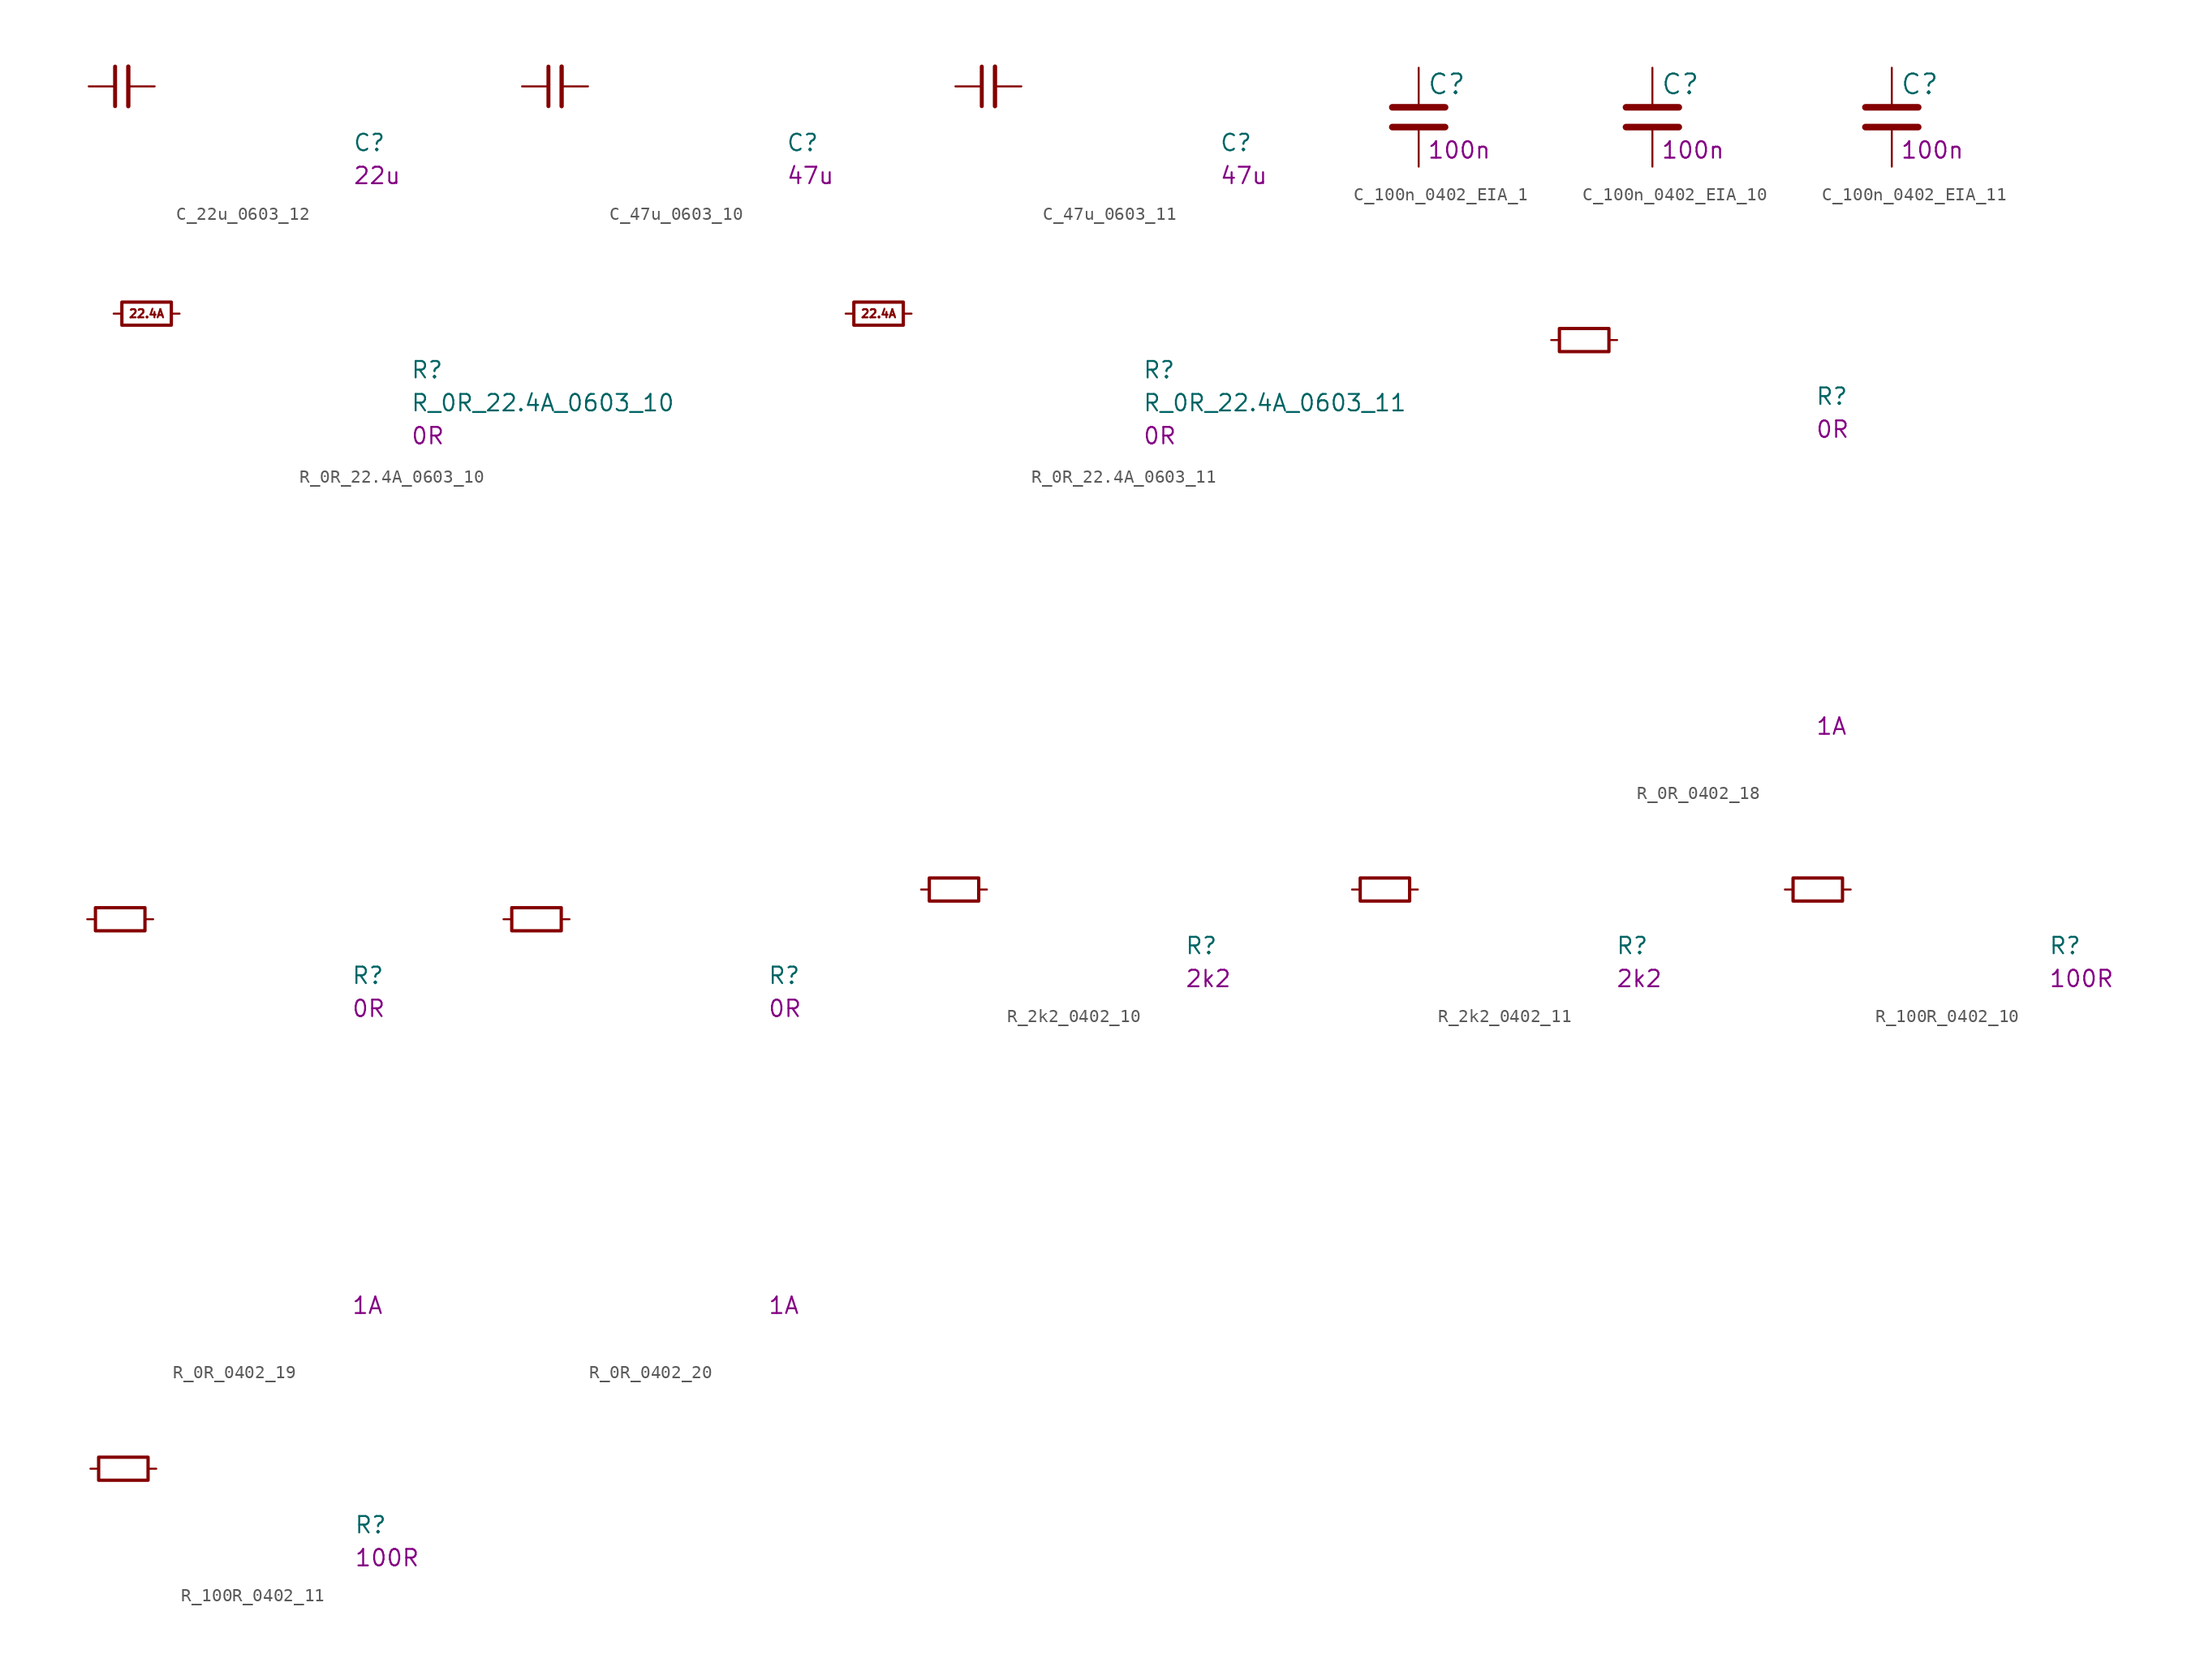
<source format=kicad_sym>
(kicad_symbol_lib
  (version 20211014)
  (generator kicad_symbol_editor)
  (symbol "K410T-devboard:C_22u_0603_12"
    (pin_numbers hide)
    (pin_names hide)
    (property "Reference" "C"
      (at 20.32 -5.08 0)
      (effects (font (size 1.27 1.27) (thickness 0.15)) (justify left bottom)))
    (property "Val" "22u"
      (at 20.32 -7.62 0)
      (effects (font (size 1.27 1.27) (thickness 0.15)) (justify left bottom)))
    (symbol "C_22u_0603_12_0_1"
      (polyline (pts (xy 2.032 -1.524) (xy 2.032 1.524)) (stroke (width 0.305) (type default)) (fill (type none)))
      (polyline (pts (xy 3.048 -1.524) (xy 3.048 1.524)) (stroke (width 0.33) (type default)) (fill (type none))))
    (symbol "C_22u_0603_12_1_1"
      (pin passive line (at 0 0 0) (length 2.032) (name "~" (effects (font (size 1.27 1.27)))) (number "1" (effects (font (size 1.27 1.27)))))
      (pin passive line (at 5.08 0 180) (length 2.032) (name "~" (effects (font (size 1.27 1.27)))) (number "2" (effects (font (size 1.27 1.27)))))))
  (symbol "K410T-devboard:C_47u_0603_10"
    (pin_numbers hide)
    (pin_names hide)
    (property "Reference" "C"
      (at 20.32 -5.08 0)
      (effects (font (size 1.27 1.27) (thickness 0.15)) (justify left bottom)))
    (property "Val" "47u"
      (at 20.32 -7.62 0)
      (effects (font (size 1.27 1.27) (thickness 0.15)) (justify left bottom)))
    (symbol "C_47u_0603_10_0_1"
      (polyline (pts (xy 2.032 -1.524) (xy 2.032 1.524)) (stroke (width 0.305) (type default)) (fill (type none)))
      (polyline (pts (xy 3.048 -1.524) (xy 3.048 1.524)) (stroke (width 0.33) (type default)) (fill (type none))))
    (symbol "C_47u_0603_10_1_1"
      (pin passive line (at 0 0 0) (length 2.032) (name "~" (effects (font (size 1.27 1.27)))) (number "1" (effects (font (size 1.27 1.27)))))
      (pin passive line (at 5.08 0 180) (length 2.032) (name "~" (effects (font (size 1.27 1.27)))) (number "2" (effects (font (size 1.27 1.27)))))))
  (symbol "K410T-devboard:C_47u_0603_11"
    (pin_numbers hide)
    (pin_names hide)
    (property "Reference" "C"
      (at 20.32 -5.08 0)
      (effects (font (size 1.27 1.27) (thickness 0.15)) (justify left bottom)))
    (property "Val" "47u"
      (at 20.32 -7.62 0)
      (effects (font (size 1.27 1.27) (thickness 0.15)) (justify left bottom)))
    (symbol "C_47u_0603_11_0_1"
      (polyline (pts (xy 2.032 -1.524) (xy 2.032 1.524)) (stroke (width 0.305) (type default)) (fill (type none)))
      (polyline (pts (xy 3.048 -1.524) (xy 3.048 1.524)) (stroke (width 0.33) (type default)) (fill (type none))))
    (symbol "C_47u_0603_11_1_1"
      (pin passive line (at 0 0 0) (length 2.032) (name "~" (effects (font (size 1.27 1.27)))) (number "1" (effects (font (size 1.27 1.27)))))
      (pin passive line (at 5.08 0 180) (length 2.032) (name "~" (effects (font (size 1.27 1.27)))) (number "2" (effects (font (size 1.27 1.27)))))))
  (symbol "K410T-devboard:C_100n_0402_EIA_1"
    (pin_names
      (offset 0))
    (property "Reference" "C"
      (at 0.635 2.54 0)
      (effects (font (size 1.524 1.524)) (justify left)))
    (property "Val" "100n"
      (at 0.635 -2.54 0)
      (effects (font (size 1.27 1.27)) (justify left)))
    (symbol "C_100n_0402_EIA_1_1_1"
      (polyline (pts (xy -2.032 -0.762) (xy 2.032 -0.762)) (stroke (width 0.508) (type default)) (fill (type none)))
      (polyline (pts (xy -2.032 0.762) (xy 2.032 0.762)) (stroke (width 0.508) (type default)) (fill (type none)))
      (pin passive line (at 0 3.81 270) (length 2.794) (name "~" (effects (font (size 0 0)))) (number "1" (effects (font (size 0 0)))))
      (pin passive line (at 0 -3.81 90) (length 2.794) (name "~" (effects (font (size 0 0)))) (number "2" (effects (font (size 0 0)))))))
  (symbol "K410T-devboard:C_100n_0402_EIA_10"
    (pin_names
      (offset 0))
    (property "Reference" "C"
      (at 0.635 2.54 0)
      (effects (font (size 1.524 1.524)) (justify left)))
    (property "Val" "100n"
      (at 0.635 -2.54 0)
      (effects (font (size 1.27 1.27)) (justify left)))
    (symbol "C_100n_0402_EIA_10_1_1"
      (polyline (pts (xy -2.032 -0.762) (xy 2.032 -0.762)) (stroke (width 0.508) (type default)) (fill (type none)))
      (polyline (pts (xy -2.032 0.762) (xy 2.032 0.762)) (stroke (width 0.508) (type default)) (fill (type none)))
      (pin passive line (at 0 3.81 270) (length 2.794) (name "~" (effects (font (size 0 0)))) (number "1" (effects (font (size 0 0)))))
      (pin passive line (at 0 -3.81 90) (length 2.794) (name "~" (effects (font (size 0 0)))) (number "2" (effects (font (size 0 0)))))))
  (symbol "K410T-devboard:C_100n_0402_EIA_11"
    (pin_names
      (offset 0))
    (property "Reference" "C"
      (at 0.635 2.54 0)
      (effects (font (size 1.524 1.524)) (justify left)))
    (property "Val" "100n"
      (at 0.635 -2.54 0)
      (effects (font (size 1.27 1.27)) (justify left)))
    (symbol "C_100n_0402_EIA_11_1_1"
      (polyline (pts (xy -2.032 -0.762) (xy 2.032 -0.762)) (stroke (width 0.508) (type default)) (fill (type none)))
      (polyline (pts (xy -2.032 0.762) (xy 2.032 0.762)) (stroke (width 0.508) (type default)) (fill (type none)))
      (pin passive line (at 0 3.81 270) (length 2.794) (name "~" (effects (font (size 0 0)))) (number "1" (effects (font (size 0 0)))))
      (pin passive line (at 0 -3.81 90) (length 2.794) (name "~" (effects (font (size 0 0)))) (number "2" (effects (font (size 0 0)))))))
  (symbol "K410T-devboard:R_0R_22.4A_0603_10"
    (pin_numbers hide)
    (pin_names hide)
    (property "Reference" "R"
      (at 22.86 -5.08 0)
      (effects (font (size 1.27 1.27) (thickness 0.15)) (justify left bottom)))
    (property "Value" "R_0R_22.4A_0603_10"
      (at 22.86 -7.62 0)
      (effects (font (size 1.27 1.27) (thickness 0.15)) (justify left bottom)))
    (property "Val" "0R"
      (at 22.86 -10.16 0)
      (effects (font (size 1.27 1.27) (thickness 0.15)) (justify left bottom)))
    (symbol "R_0R_22.4A_0603_10_0_1"
      (rectangle (start 0.635 0.889) (end 4.445 -0.889) (stroke (width 0.254) (type default)) (fill (type none))))
    (symbol "R_0R_22.4A_0603_10_1_1"
      (text "22.4A" (at 2.54 0 0) (effects (font (size 0.635 0.635) (thickness 0.15))))
      (pin passive line (at 0 0 0) (length 0.635) (name "~" (effects (font (size 1.27 1.27)))) (number "1" (effects (font (size 1.27 1.27)))))
      (pin passive line (at 5.08 0 180) (length 0.635) (name "~" (effects (font (size 1.27 1.27)))) (number "2" (effects (font (size 1.27 1.27)))))))
  (symbol "K410T-devboard:R_0R_22.4A_0603_11"
    (pin_numbers hide)
    (pin_names hide)
    (property "Reference" "R"
      (at 22.86 -5.08 0)
      (effects (font (size 1.27 1.27) (thickness 0.15)) (justify left bottom)))
    (property "Value" "R_0R_22.4A_0603_11"
      (at 22.86 -7.62 0)
      (effects (font (size 1.27 1.27) (thickness 0.15)) (justify left bottom)))
    (property "Val" "0R"
      (at 22.86 -10.16 0)
      (effects (font (size 1.27 1.27) (thickness 0.15)) (justify left bottom)))
    (symbol "R_0R_22.4A_0603_11_0_1"
      (rectangle (start 0.635 0.889) (end 4.445 -0.889) (stroke (width 0.254) (type default)) (fill (type none))))
    (symbol "R_0R_22.4A_0603_11_1_1"
      (text "22.4A" (at 2.54 0 0) (effects (font (size 0.635 0.635) (thickness 0.15))))
      (pin passive line (at 0 0 0) (length 0.635) (name "~" (effects (font (size 1.27 1.27)))) (number "1" (effects (font (size 1.27 1.27)))))
      (pin passive line (at 5.08 0 180) (length 0.635) (name "~" (effects (font (size 1.27 1.27)))) (number "2" (effects (font (size 1.27 1.27)))))))
  (symbol "K410T-devboard:R_0R_0402_18"
    (pin_numbers hide)
    (pin_names hide)
    (property "Reference" "R"
      (at 20.32 -5.08 0)
      (effects (font (size 1.27 1.27) (thickness 0.15)) (justify left bottom)))
    (property "Val" "0R"
      (at 20.32 -7.62 0)
      (effects (font (size 1.27 1.27) (thickness 0.15)) (justify left bottom)))
    (property "Current" "1A"
      (at 20.32 -30.48 0)
      (effects (font (size 1.27 1.27) (thickness 0.15)) (justify left bottom)))
    (symbol "R_0R_0402_18_0_1"
      (rectangle (start 0.635 0.889) (end 4.445 -0.889) (stroke (width 0.254) (type default)) (fill (type none))))
    (symbol "R_0R_0402_18_1_1"
      (pin passive line (at 0 0 0) (length 0.635) (name "~" (effects (font (size 1.27 1.27)))) (number "1" (effects (font (size 1.27 1.27)))))
      (pin passive line (at 5.08 0 180) (length 0.635) (name "~" (effects (font (size 1.27 1.27)))) (number "2" (effects (font (size 1.27 1.27)))))))
  (symbol "K410T-devboard:R_0R_0402_19"
    (pin_numbers hide)
    (pin_names hide)
    (property "Reference" "R"
      (at 20.32 -5.08 0)
      (effects (font (size 1.27 1.27) (thickness 0.15)) (justify left bottom)))
    (property "Val" "0R"
      (at 20.32 -7.62 0)
      (effects (font (size 1.27 1.27) (thickness 0.15)) (justify left bottom)))
    (property "Current" "1A"
      (at 20.32 -30.48 0)
      (effects (font (size 1.27 1.27) (thickness 0.15)) (justify left bottom)))
    (symbol "R_0R_0402_19_0_1"
      (rectangle (start 0.635 0.889) (end 4.445 -0.889) (stroke (width 0.254) (type default)) (fill (type none))))
    (symbol "R_0R_0402_19_1_1"
      (pin passive line (at 0 0 0) (length 0.635) (name "~" (effects (font (size 1.27 1.27)))) (number "1" (effects (font (size 1.27 1.27)))))
      (pin passive line (at 5.08 0 180) (length 0.635) (name "~" (effects (font (size 1.27 1.27)))) (number "2" (effects (font (size 1.27 1.27)))))))
  (symbol "K410T-devboard:R_0R_0402_20"
    (pin_numbers hide)
    (pin_names hide)
    (property "Reference" "R"
      (at 20.32 -5.08 0)
      (effects (font (size 1.27 1.27) (thickness 0.15)) (justify left bottom)))
    (property "Val" "0R"
      (at 20.32 -7.62 0)
      (effects (font (size 1.27 1.27) (thickness 0.15)) (justify left bottom)))
    (property "Current" "1A"
      (at 20.32 -30.48 0)
      (effects (font (size 1.27 1.27) (thickness 0.15)) (justify left bottom)))
    (symbol "R_0R_0402_20_0_1"
      (rectangle (start 0.635 0.889) (end 4.445 -0.889) (stroke (width 0.254) (type default)) (fill (type none))))
    (symbol "R_0R_0402_20_1_1"
      (pin passive line (at 0 0 0) (length 0.635) (name "~" (effects (font (size 1.27 1.27)))) (number "1" (effects (font (size 1.27 1.27)))))
      (pin passive line (at 5.08 0 180) (length 0.635) (name "~" (effects (font (size 1.27 1.27)))) (number "2" (effects (font (size 1.27 1.27)))))))
  (symbol "K410T-devboard:R_2k2_0402_10"
    (pin_numbers hide)
    (pin_names hide)
    (property "Reference" "R"
      (at 20.32 -5.08 0)
      (effects (font (size 1.27 1.27) (thickness 0.15)) (justify left bottom)))
    (property "Val" "2k2"
      (at 20.32 -7.62 0)
      (effects (font (size 1.27 1.27) (thickness 0.15)) (justify left bottom)))
    (symbol "R_2k2_0402_10_0_1"
      (rectangle (start 0.635 0.889) (end 4.445 -0.889) (stroke (width 0.254) (type default)) (fill (type none))))
    (symbol "R_2k2_0402_10_1_1"
      (pin passive line (at 0 0 0) (length 0.635) (name "~" (effects (font (size 1.27 1.27)))) (number "1" (effects (font (size 1.27 1.27)))))
      (pin passive line (at 5.08 0 180) (length 0.635) (name "~" (effects (font (size 1.27 1.27)))) (number "2" (effects (font (size 1.27 1.27)))))))
  (symbol "K410T-devboard:R_2k2_0402_11"
    (pin_numbers hide)
    (pin_names hide)
    (property "Reference" "R"
      (at 20.32 -5.08 0)
      (effects (font (size 1.27 1.27) (thickness 0.15)) (justify left bottom)))
    (property "Val" "2k2"
      (at 20.32 -7.62 0)
      (effects (font (size 1.27 1.27) (thickness 0.15)) (justify left bottom)))
    (symbol "R_2k2_0402_11_0_1"
      (rectangle (start 0.635 0.889) (end 4.445 -0.889) (stroke (width 0.254) (type default)) (fill (type none))))
    (symbol "R_2k2_0402_11_1_1"
      (pin passive line (at 0 0 0) (length 0.635) (name "~" (effects (font (size 1.27 1.27)))) (number "1" (effects (font (size 1.27 1.27)))))
      (pin passive line (at 5.08 0 180) (length 0.635) (name "~" (effects (font (size 1.27 1.27)))) (number "2" (effects (font (size 1.27 1.27)))))))
  (symbol "K410T-devboard:R_100R_0402_10"
    (pin_numbers hide)
    (pin_names hide)
    (property "Reference" "R"
      (at 20.32 -5.08 0)
      (effects (font (size 1.27 1.27) (thickness 0.15)) (justify left bottom)))
    (property "Val" "100R"
      (at 20.32 -7.62 0)
      (effects (font (size 1.27 1.27) (thickness 0.15)) (justify left bottom)))
    (symbol "R_100R_0402_10_0_1"
      (rectangle (start 0.635 0.889) (end 4.445 -0.889) (stroke (width 0.254) (type default)) (fill (type none))))
    (symbol "R_100R_0402_10_1_1"
      (pin passive line (at 0 0 0) (length 0.635) (name "~" (effects (font (size 1.27 1.27)))) (number "1" (effects (font (size 1.27 1.27)))))
      (pin passive line (at 5.08 0 180) (length 0.635) (name "~" (effects (font (size 1.27 1.27)))) (number "2" (effects (font (size 1.27 1.27)))))))
  (symbol "K410T-devboard:R_100R_0402_11"
    (pin_numbers hide)
    (pin_names hide)
    (property "Reference" "R"
      (at 20.32 -5.08 0)
      (effects (font (size 1.27 1.27) (thickness 0.15)) (justify left bottom)))
    (property "Val" "100R"
      (at 20.32 -7.62 0)
      (effects (font (size 1.27 1.27) (thickness 0.15)) (justify left bottom)))
    (symbol "R_100R_0402_11_0_1"
      (rectangle (start 0.635 0.889) (end 4.445 -0.889) (stroke (width 0.254) (type default)) (fill (type none))))
    (symbol "R_100R_0402_11_1_1"
      (pin passive line (at 0 0 0) (length 0.635) (name "~" (effects (font (size 1.27 1.27)))) (number "1" (effects (font (size 1.27 1.27)))))
      (pin passive line (at 5.08 0 180) (length 0.635) (name "~" (effects (font (size 1.27 1.27)))) (number "2" (effects (font (size 1.27 1.27))))))))
</source>
